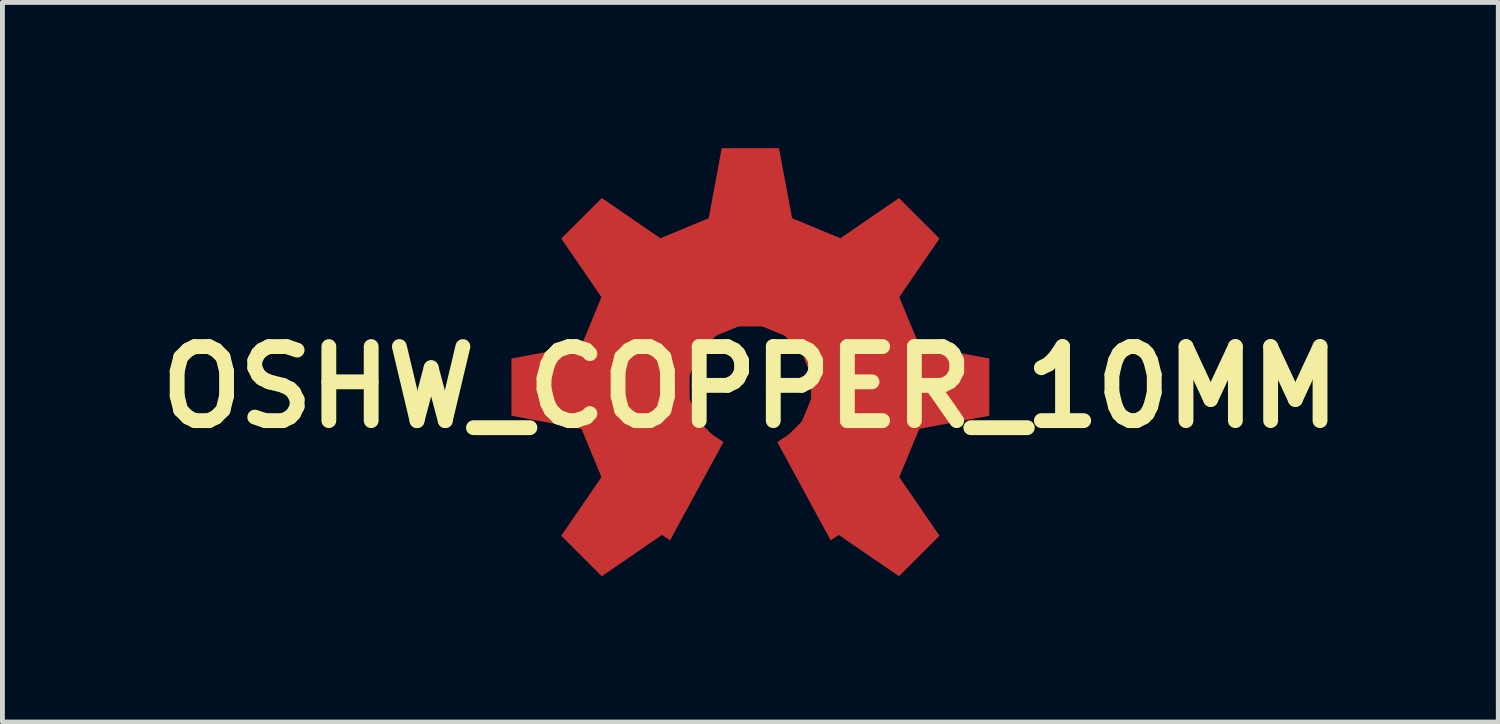
<source format=kicad_pcb>
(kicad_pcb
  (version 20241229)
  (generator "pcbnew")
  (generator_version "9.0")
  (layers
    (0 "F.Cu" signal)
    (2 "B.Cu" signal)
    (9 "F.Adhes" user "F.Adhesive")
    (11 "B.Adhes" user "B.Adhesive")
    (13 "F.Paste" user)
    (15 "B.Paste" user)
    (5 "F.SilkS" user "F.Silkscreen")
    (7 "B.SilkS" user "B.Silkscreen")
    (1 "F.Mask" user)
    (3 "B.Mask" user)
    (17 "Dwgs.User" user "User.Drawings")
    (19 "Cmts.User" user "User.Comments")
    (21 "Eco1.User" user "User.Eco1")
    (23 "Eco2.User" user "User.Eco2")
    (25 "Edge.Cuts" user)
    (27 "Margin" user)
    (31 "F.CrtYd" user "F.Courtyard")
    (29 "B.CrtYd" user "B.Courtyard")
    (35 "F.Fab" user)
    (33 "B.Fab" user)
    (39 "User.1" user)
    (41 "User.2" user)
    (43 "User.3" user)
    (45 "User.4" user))
  (footprint "OSHW_COPPER_10MM"
    (layer "F.Cu")
    (at 12.388 4.915)
    (property "Reference" "OSHW_COPPER_10MM" (at 0 0 0) (layer "F.SilkS") (effects (font (size 1.524 1.524) (thickness 0.305))))
    (attr through_hole)
    (pad "" smd trapezoid (at -4.166 0 270) (size 1.458 1.499) (rect_delta 0 -0.279) (layers "F.Cu" "F.Mask"))
    (pad "" smd trapezoid (at -2.944 -2.944 225) (size 1.458 1.499) (rect_delta 0 -0.279) (layers "F.Cu" "F.Mask"))
    (pad "" smd trapezoid (at -2.944 2.944 315) (size 1.458 1.499) (rect_delta 0 -0.279) (layers "F.Cu" "F.Mask"))
    (pad "" smd trapezoid (at -2.395 0 270) (size 1.082 2.291) (rect_delta 0 0.414) (layers "F.Cu" "F.Mask"))
    (pad "" smd trapezoid (at -2.212 -0.914 247.5) (size 1.082 2.291) (rect_delta 0 0.414) (layers "F.Cu" "F.Mask"))
    (pad "" smd trapezoid (at -2.212 0.914 292.5) (size 1.082 2.291) (rect_delta 0 0.414) (layers "F.Cu" "F.Mask"))
    (pad "" smd trapezoid (at -1.692 -1.692 225) (size 1.082 2.291) (rect_delta 0 0.414) (layers "F.Cu" "F.Mask"))
    (pad "" smd trapezoid (at -1.692 1.692 315) (size 1.082 2.291) (rect_delta 0 0.414) (layers "F.Cu" "F.Mask"))
    (pad "" smd trapezoid (at -1.328 1.991 326.3) (size 0.541 2.291) (rect_delta 0 0.208) (layers "F.Cu" "F.Mask"))
    (pad "" smd trapezoid (at -0.914 -2.212 202.5) (size 1.082 2.291) (rect_delta 0 0.414) (layers "F.Cu" "F.Mask"))
    (pad "" smd trapezoid (at 0 -4.166 180) (size 1.458 1.499) (rect_delta 0 -0.279) (layers "F.Cu" "F.Mask"))
    (pad "" smd trapezoid (at 0 -2.395 180) (size 1.082 2.291) (rect_delta 0 0.414) (layers "F.Cu" "F.Mask"))
    (pad "" smd trapezoid (at 0.914 -2.212 157.5) (size 1.082 2.291) (rect_delta 0 0.414) (layers "F.Cu" "F.Mask"))
    (pad "" smd trapezoid (at 1.328 1.991 33.7) (size 0.541 2.291) (rect_delta 0 0.208) (layers "F.Cu" "F.Mask"))
    (pad "" smd trapezoid (at 1.692 -1.692 135) (size 1.082 2.291) (rect_delta 0 0.414) (layers "F.Cu" "F.Mask"))
    (pad "" smd trapezoid (at 1.692 1.692 45) (size 1.082 2.291) (rect_delta 0 0.414) (layers "F.Cu" "F.Mask"))
    (pad "" smd trapezoid (at 2.212 -0.914 112.5) (size 1.082 2.291) (rect_delta 0 0.414) (layers "F.Cu" "F.Mask"))
    (pad "" smd trapezoid (at 2.212 0.914 67.5) (size 1.082 2.291) (rect_delta 0 0.414) (layers "F.Cu" "F.Mask"))
    (pad "" smd trapezoid (at 2.395 0 90) (size 1.082 2.291) (rect_delta 0 0.414) (layers "F.Cu" "F.Mask"))
    (pad "" smd trapezoid (at 2.944 -2.944 135) (size 1.458 1.499) (rect_delta 0 -0.279) (layers "F.Cu" "F.Mask"))
    (pad "" smd trapezoid (at 2.944 2.944 45) (size 1.458 1.499) (rect_delta 0 -0.279) (layers "F.Cu" "F.Mask"))
    (pad "" smd trapezoid (at 4.166 0 90) (size 1.458 1.499) (rect_delta 0 -0.279) (layers "F.Cu" "F.Mask")))
  (gr_rect
    (start -3 -3)
    (end 27.776 11.805)
    (stroke (width 0.1) (type default))
    (fill no)
    (layer "Edge.Cuts")))
</source>
